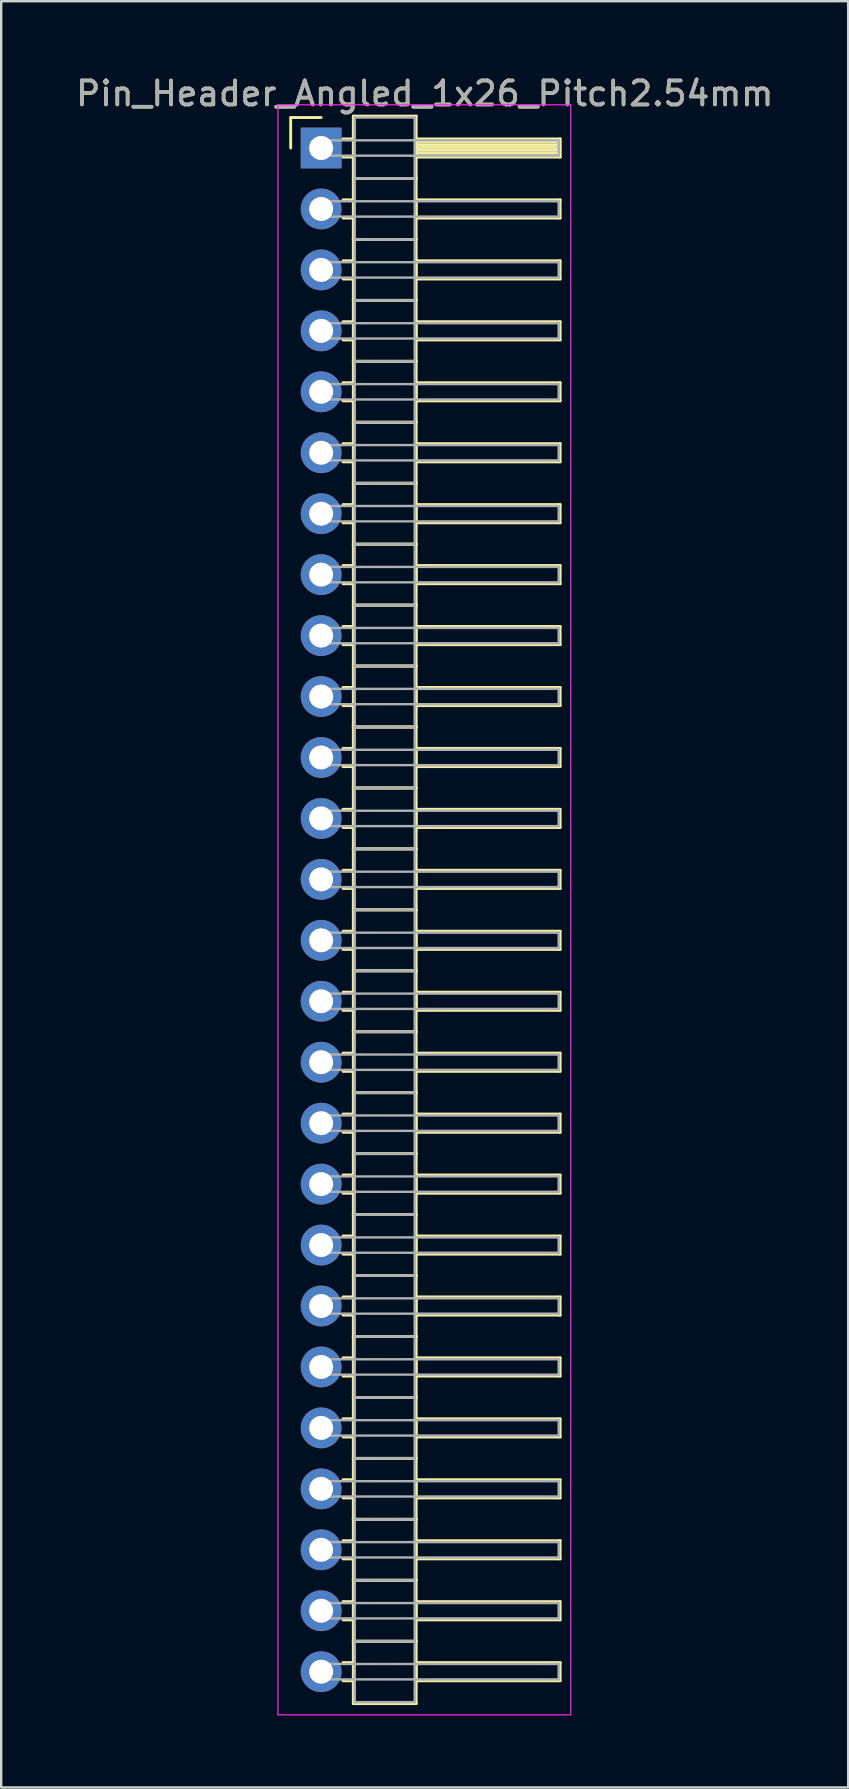
<source format=kicad_pcb>
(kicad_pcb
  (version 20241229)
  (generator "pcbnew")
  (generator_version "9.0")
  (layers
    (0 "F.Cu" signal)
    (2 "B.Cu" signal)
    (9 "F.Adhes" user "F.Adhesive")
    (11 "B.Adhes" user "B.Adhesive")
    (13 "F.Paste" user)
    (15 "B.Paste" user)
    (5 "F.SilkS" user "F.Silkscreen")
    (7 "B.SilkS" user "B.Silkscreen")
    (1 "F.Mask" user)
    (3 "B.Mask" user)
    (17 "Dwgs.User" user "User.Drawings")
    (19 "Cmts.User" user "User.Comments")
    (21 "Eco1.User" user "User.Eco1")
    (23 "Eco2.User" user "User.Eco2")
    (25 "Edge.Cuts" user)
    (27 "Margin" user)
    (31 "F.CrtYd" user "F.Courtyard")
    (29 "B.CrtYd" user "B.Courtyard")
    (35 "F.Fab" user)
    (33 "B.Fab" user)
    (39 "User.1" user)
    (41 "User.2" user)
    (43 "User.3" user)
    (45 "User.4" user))
  (footprint "Pin_Header_Angled_1x26_Pitch2.54mm"
    (layer "F.Cu")
    (at 10.334 3.118)
    (property "Reference" "Pin_Header_Angled_1x26_Pitch2.54mm" (at 4.315 -2.27 0) (layer "F.SilkS") (effects (font (size 1 1) (thickness 0.15))))
    (attr through_hole)
    (fp_line (start -1.27 -1.27) (end 0 -1.27) (stroke (width 0.12) (type solid)) (layer "F.SilkS"))
    (fp_line (start -1.27 0) (end -1.27 -1.27) (stroke (width 0.12) (type solid)) (layer "F.SilkS"))
    (fp_line (start 0.91 -0.38) (end 1.34 -0.38) (stroke (width 0.12) (type solid)) (layer "F.SilkS"))
    (fp_line (start 0.91 0.38) (end 1.34 0.38) (stroke (width 0.12) (type solid)) (layer "F.SilkS"))
    (fp_line (start 0.91 2.16) (end 1.34 2.16) (stroke (width 0.12) (type solid)) (layer "F.SilkS"))
    (fp_line (start 0.91 2.92) (end 1.34 2.92) (stroke (width 0.12) (type solid)) (layer "F.SilkS"))
    (fp_line (start 0.91 4.7) (end 1.34 4.7) (stroke (width 0.12) (type solid)) (layer "F.SilkS"))
    (fp_line (start 0.91 5.46) (end 1.34 5.46) (stroke (width 0.12) (type solid)) (layer "F.SilkS"))
    (fp_line (start 0.91 7.24) (end 1.34 7.24) (stroke (width 0.12) (type solid)) (layer "F.SilkS"))
    (fp_line (start 0.91 8) (end 1.34 8) (stroke (width 0.12) (type solid)) (layer "F.SilkS"))
    (fp_line (start 0.91 9.78) (end 1.34 9.78) (stroke (width 0.12) (type solid)) (layer "F.SilkS"))
    (fp_line (start 0.91 10.54) (end 1.34 10.54) (stroke (width 0.12) (type solid)) (layer "F.SilkS"))
    (fp_line (start 0.91 12.32) (end 1.34 12.32) (stroke (width 0.12) (type solid)) (layer "F.SilkS"))
    (fp_line (start 0.91 13.08) (end 1.34 13.08) (stroke (width 0.12) (type solid)) (layer "F.SilkS"))
    (fp_line (start 0.91 14.86) (end 1.34 14.86) (stroke (width 0.12) (type solid)) (layer "F.SilkS"))
    (fp_line (start 0.91 15.62) (end 1.34 15.62) (stroke (width 0.12) (type solid)) (layer "F.SilkS"))
    (fp_line (start 0.91 17.4) (end 1.34 17.4) (stroke (width 0.12) (type solid)) (layer "F.SilkS"))
    (fp_line (start 0.91 18.16) (end 1.34 18.16) (stroke (width 0.12) (type solid)) (layer "F.SilkS"))
    (fp_line (start 0.91 19.94) (end 1.34 19.94) (stroke (width 0.12) (type solid)) (layer "F.SilkS"))
    (fp_line (start 0.91 20.7) (end 1.34 20.7) (stroke (width 0.12) (type solid)) (layer "F.SilkS"))
    (fp_line (start 0.91 22.48) (end 1.34 22.48) (stroke (width 0.12) (type solid)) (layer "F.SilkS"))
    (fp_line (start 0.91 23.24) (end 1.34 23.24) (stroke (width 0.12) (type solid)) (layer "F.SilkS"))
    (fp_line (start 0.91 25.02) (end 1.34 25.02) (stroke (width 0.12) (type solid)) (layer "F.SilkS"))
    (fp_line (start 0.91 25.78) (end 1.34 25.78) (stroke (width 0.12) (type solid)) (layer "F.SilkS"))
    (fp_line (start 0.91 27.56) (end 1.34 27.56) (stroke (width 0.12) (type solid)) (layer "F.SilkS"))
    (fp_line (start 0.91 28.32) (end 1.34 28.32) (stroke (width 0.12) (type solid)) (layer "F.SilkS"))
    (fp_line (start 0.91 30.1) (end 1.34 30.1) (stroke (width 0.12) (type solid)) (layer "F.SilkS"))
    (fp_line (start 0.91 30.86) (end 1.34 30.86) (stroke (width 0.12) (type solid)) (layer "F.SilkS"))
    (fp_line (start 0.91 32.64) (end 1.34 32.64) (stroke (width 0.12) (type solid)) (layer "F.SilkS"))
    (fp_line (start 0.91 33.4) (end 1.34 33.4) (stroke (width 0.12) (type solid)) (layer "F.SilkS"))
    (fp_line (start 0.91 35.18) (end 1.34 35.18) (stroke (width 0.12) (type solid)) (layer "F.SilkS"))
    (fp_line (start 0.91 35.94) (end 1.34 35.94) (stroke (width 0.12) (type solid)) (layer "F.SilkS"))
    (fp_line (start 0.91 37.72) (end 1.34 37.72) (stroke (width 0.12) (type solid)) (layer "F.SilkS"))
    (fp_line (start 0.91 38.48) (end 1.34 38.48) (stroke (width 0.12) (type solid)) (layer "F.SilkS"))
    (fp_line (start 0.91 40.26) (end 1.34 40.26) (stroke (width 0.12) (type solid)) (layer "F.SilkS"))
    (fp_line (start 0.91 41.02) (end 1.34 41.02) (stroke (width 0.12) (type solid)) (layer "F.SilkS"))
    (fp_line (start 0.91 42.8) (end 1.34 42.8) (stroke (width 0.12) (type solid)) (layer "F.SilkS"))
    (fp_line (start 0.91 43.56) (end 1.34 43.56) (stroke (width 0.12) (type solid)) (layer "F.SilkS"))
    (fp_line (start 0.91 45.34) (end 1.34 45.34) (stroke (width 0.12) (type solid)) (layer "F.SilkS"))
    (fp_line (start 0.91 46.1) (end 1.34 46.1) (stroke (width 0.12) (type solid)) (layer "F.SilkS"))
    (fp_line (start 0.91 47.88) (end 1.34 47.88) (stroke (width 0.12) (type solid)) (layer "F.SilkS"))
    (fp_line (start 0.91 48.64) (end 1.34 48.64) (stroke (width 0.12) (type solid)) (layer "F.SilkS"))
    (fp_line (start 0.91 50.42) (end 1.34 50.42) (stroke (width 0.12) (type solid)) (layer "F.SilkS"))
    (fp_line (start 0.91 51.18) (end 1.34 51.18) (stroke (width 0.12) (type solid)) (layer "F.SilkS"))
    (fp_line (start 0.91 52.96) (end 1.34 52.96) (stroke (width 0.12) (type solid)) (layer "F.SilkS"))
    (fp_line (start 0.91 53.72) (end 1.34 53.72) (stroke (width 0.12) (type solid)) (layer "F.SilkS"))
    (fp_line (start 0.91 55.5) (end 1.34 55.5) (stroke (width 0.12) (type solid)) (layer "F.SilkS"))
    (fp_line (start 0.91 56.26) (end 1.34 56.26) (stroke (width 0.12) (type solid)) (layer "F.SilkS"))
    (fp_line (start 0.91 58.04) (end 1.34 58.04) (stroke (width 0.12) (type solid)) (layer "F.SilkS"))
    (fp_line (start 0.91 58.8) (end 1.34 58.8) (stroke (width 0.12) (type solid)) (layer "F.SilkS"))
    (fp_line (start 0.91 60.58) (end 1.34 60.58) (stroke (width 0.12) (type solid)) (layer "F.SilkS"))
    (fp_line (start 0.91 61.34) (end 1.34 61.34) (stroke (width 0.12) (type solid)) (layer "F.SilkS"))
    (fp_line (start 0.91 63.12) (end 1.34 63.12) (stroke (width 0.12) (type solid)) (layer "F.SilkS"))
    (fp_line (start 0.91 63.88) (end 1.34 63.88) (stroke (width 0.12) (type solid)) (layer "F.SilkS"))
    (fp_line (start 1.34 -1.33) (end 1.34 1.27) (stroke (width 0.12) (type solid)) (layer "F.SilkS"))
    (fp_line (start 1.34 1.27) (end 1.34 3.81) (stroke (width 0.12) (type solid)) (layer "F.SilkS"))
    (fp_line (start 1.34 1.27) (end 3.96 1.27) (stroke (width 0.12) (type solid)) (layer "F.SilkS"))
    (fp_line (start 1.34 3.81) (end 1.34 6.35) (stroke (width 0.12) (type solid)) (layer "F.SilkS"))
    (fp_line (start 1.34 3.81) (end 3.96 3.81) (stroke (width 0.12) (type solid)) (layer "F.SilkS"))
    (fp_line (start 1.34 6.35) (end 1.34 8.89) (stroke (width 0.12) (type solid)) (layer "F.SilkS"))
    (fp_line (start 1.34 6.35) (end 3.96 6.35) (stroke (width 0.12) (type solid)) (layer "F.SilkS"))
    (fp_line (start 1.34 8.89) (end 1.34 11.43) (stroke (width 0.12) (type solid)) (layer "F.SilkS"))
    (fp_line (start 1.34 8.89) (end 3.96 8.89) (stroke (width 0.12) (type solid)) (layer "F.SilkS"))
    (fp_line (start 1.34 11.43) (end 1.34 13.97) (stroke (width 0.12) (type solid)) (layer "F.SilkS"))
    (fp_line (start 1.34 11.43) (end 3.96 11.43) (stroke (width 0.12) (type solid)) (layer "F.SilkS"))
    (fp_line (start 1.34 13.97) (end 1.34 16.51) (stroke (width 0.12) (type solid)) (layer "F.SilkS"))
    (fp_line (start 1.34 13.97) (end 3.96 13.97) (stroke (width 0.12) (type solid)) (layer "F.SilkS"))
    (fp_line (start 1.34 16.51) (end 1.34 19.05) (stroke (width 0.12) (type solid)) (layer "F.SilkS"))
    (fp_line (start 1.34 16.51) (end 3.96 16.51) (stroke (width 0.12) (type solid)) (layer "F.SilkS"))
    (fp_line (start 1.34 19.05) (end 1.34 21.59) (stroke (width 0.12) (type solid)) (layer "F.SilkS"))
    (fp_line (start 1.34 19.05) (end 3.96 19.05) (stroke (width 0.12) (type solid)) (layer "F.SilkS"))
    (fp_line (start 1.34 21.59) (end 1.34 24.13) (stroke (width 0.12) (type solid)) (layer "F.SilkS"))
    (fp_line (start 1.34 21.59) (end 3.96 21.59) (stroke (width 0.12) (type solid)) (layer "F.SilkS"))
    (fp_line (start 1.34 24.13) (end 1.34 26.67) (stroke (width 0.12) (type solid)) (layer "F.SilkS"))
    (fp_line (start 1.34 24.13) (end 3.96 24.13) (stroke (width 0.12) (type solid)) (layer "F.SilkS"))
    (fp_line (start 1.34 26.67) (end 1.34 29.21) (stroke (width 0.12) (type solid)) (layer "F.SilkS"))
    (fp_line (start 1.34 26.67) (end 3.96 26.67) (stroke (width 0.12) (type solid)) (layer "F.SilkS"))
    (fp_line (start 1.34 29.21) (end 1.34 31.75) (stroke (width 0.12) (type solid)) (layer "F.SilkS"))
    (fp_line (start 1.34 29.21) (end 3.96 29.21) (stroke (width 0.12) (type solid)) (layer "F.SilkS"))
    (fp_line (start 1.34 31.75) (end 1.34 34.29) (stroke (width 0.12) (type solid)) (layer "F.SilkS"))
    (fp_line (start 1.34 31.75) (end 3.96 31.75) (stroke (width 0.12) (type solid)) (layer "F.SilkS"))
    (fp_line (start 1.34 34.29) (end 1.34 36.83) (stroke (width 0.12) (type solid)) (layer "F.SilkS"))
    (fp_line (start 1.34 34.29) (end 3.96 34.29) (stroke (width 0.12) (type solid)) (layer "F.SilkS"))
    (fp_line (start 1.34 36.83) (end 1.34 39.37) (stroke (width 0.12) (type solid)) (layer "F.SilkS"))
    (fp_line (start 1.34 36.83) (end 3.96 36.83) (stroke (width 0.12) (type solid)) (layer "F.SilkS"))
    (fp_line (start 1.34 39.37) (end 1.34 41.91) (stroke (width 0.12) (type solid)) (layer "F.SilkS"))
    (fp_line (start 1.34 39.37) (end 3.96 39.37) (stroke (width 0.12) (type solid)) (layer "F.SilkS"))
    (fp_line (start 1.34 41.91) (end 1.34 44.45) (stroke (width 0.12) (type solid)) (layer "F.SilkS"))
    (fp_line (start 1.34 41.91) (end 3.96 41.91) (stroke (width 0.12) (type solid)) (layer "F.SilkS"))
    (fp_line (start 1.34 44.45) (end 1.34 46.99) (stroke (width 0.12) (type solid)) (layer "F.SilkS"))
    (fp_line (start 1.34 44.45) (end 3.96 44.45) (stroke (width 0.12) (type solid)) (layer "F.SilkS"))
    (fp_line (start 1.34 46.99) (end 1.34 49.53) (stroke (width 0.12) (type solid)) (layer "F.SilkS"))
    (fp_line (start 1.34 46.99) (end 3.96 46.99) (stroke (width 0.12) (type solid)) (layer "F.SilkS"))
    (fp_line (start 1.34 49.53) (end 1.34 52.07) (stroke (width 0.12) (type solid)) (layer "F.SilkS"))
    (fp_line (start 1.34 49.53) (end 3.96 49.53) (stroke (width 0.12) (type solid)) (layer "F.SilkS"))
    (fp_line (start 1.34 52.07) (end 1.34 54.61) (stroke (width 0.12) (type solid)) (layer "F.SilkS"))
    (fp_line (start 1.34 52.07) (end 3.96 52.07) (stroke (width 0.12) (type solid)) (layer "F.SilkS"))
    (fp_line (start 1.34 54.61) (end 1.34 57.15) (stroke (width 0.12) (type solid)) (layer "F.SilkS"))
    (fp_line (start 1.34 54.61) (end 3.96 54.61) (stroke (width 0.12) (type solid)) (layer "F.SilkS"))
    (fp_line (start 1.34 57.15) (end 1.34 59.69) (stroke (width 0.12) (type solid)) (layer "F.SilkS"))
    (fp_line (start 1.34 57.15) (end 3.96 57.15) (stroke (width 0.12) (type solid)) (layer "F.SilkS"))
    (fp_line (start 1.34 59.69) (end 1.34 62.23) (stroke (width 0.12) (type solid)) (layer "F.SilkS"))
    (fp_line (start 1.34 59.69) (end 3.96 59.69) (stroke (width 0.12) (type solid)) (layer "F.SilkS"))
    (fp_line (start 1.34 62.23) (end 1.34 64.83) (stroke (width 0.12) (type solid)) (layer "F.SilkS"))
    (fp_line (start 1.34 62.23) (end 3.96 62.23) (stroke (width 0.12) (type solid)) (layer "F.SilkS"))
    (fp_line (start 1.34 64.83) (end 3.96 64.83) (stroke (width 0.12) (type solid)) (layer "F.SilkS"))
    (fp_line (start 3.96 -1.33) (end 1.34 -1.33) (stroke (width 0.12) (type solid)) (layer "F.SilkS"))
    (fp_line (start 3.96 -0.38) (end 3.96 0.38) (stroke (width 0.12) (type solid)) (layer "F.SilkS"))
    (fp_line (start 3.96 -0.26) (end 9.96 -0.26) (stroke (width 0.12) (type solid)) (layer "F.SilkS"))
    (fp_line (start 3.96 -0.14) (end 9.96 -0.14) (stroke (width 0.12) (type solid)) (layer "F.SilkS"))
    (fp_line (start 3.96 -0.02) (end 9.96 -0.02) (stroke (width 0.12) (type solid)) (layer "F.SilkS"))
    (fp_line (start 3.96 0.1) (end 9.96 0.1) (stroke (width 0.12) (type solid)) (layer "F.SilkS"))
    (fp_line (start 3.96 0.22) (end 9.96 0.22) (stroke (width 0.12) (type solid)) (layer "F.SilkS"))
    (fp_line (start 3.96 0.34) (end 9.96 0.34) (stroke (width 0.12) (type solid)) (layer "F.SilkS"))
    (fp_line (start 3.96 0.38) (end 9.96 0.38) (stroke (width 0.12) (type solid)) (layer "F.SilkS"))
    (fp_line (start 3.96 1.27) (end 1.34 1.27) (stroke (width 0.12) (type solid)) (layer "F.SilkS"))
    (fp_line (start 3.96 1.27) (end 3.96 -1.33) (stroke (width 0.12) (type solid)) (layer "F.SilkS"))
    (fp_line (start 3.96 2.16) (end 3.96 2.92) (stroke (width 0.12) (type solid)) (layer "F.SilkS"))
    (fp_line (start 3.96 2.92) (end 9.96 2.92) (stroke (width 0.12) (type solid)) (layer "F.SilkS"))
    (fp_line (start 3.96 3.81) (end 1.34 3.81) (stroke (width 0.12) (type solid)) (layer "F.SilkS"))
    (fp_line (start 3.96 3.81) (end 3.96 1.27) (stroke (width 0.12) (type solid)) (layer "F.SilkS"))
    (fp_line (start 3.96 4.7) (end 3.96 5.46) (stroke (width 0.12) (type solid)) (layer "F.SilkS"))
    (fp_line (start 3.96 5.46) (end 9.96 5.46) (stroke (width 0.12) (type solid)) (layer "F.SilkS"))
    (fp_line (start 3.96 6.35) (end 1.34 6.35) (stroke (width 0.12) (type solid)) (layer "F.SilkS"))
    (fp_line (start 3.96 6.35) (end 3.96 3.81) (stroke (width 0.12) (type solid)) (layer "F.SilkS"))
    (fp_line (start 3.96 7.24) (end 3.96 8) (stroke (width 0.12) (type solid)) (layer "F.SilkS"))
    (fp_line (start 3.96 8) (end 9.96 8) (stroke (width 0.12) (type solid)) (layer "F.SilkS"))
    (fp_line (start 3.96 8.89) (end 1.34 8.89) (stroke (width 0.12) (type solid)) (layer "F.SilkS"))
    (fp_line (start 3.96 8.89) (end 3.96 6.35) (stroke (width 0.12) (type solid)) (layer "F.SilkS"))
    (fp_line (start 3.96 9.78) (end 3.96 10.54) (stroke (width 0.12) (type solid)) (layer "F.SilkS"))
    (fp_line (start 3.96 10.54) (end 9.96 10.54) (stroke (width 0.12) (type solid)) (layer "F.SilkS"))
    (fp_line (start 3.96 11.43) (end 1.34 11.43) (stroke (width 0.12) (type solid)) (layer "F.SilkS"))
    (fp_line (start 3.96 11.43) (end 3.96 8.89) (stroke (width 0.12) (type solid)) (layer "F.SilkS"))
    (fp_line (start 3.96 12.32) (end 3.96 13.08) (stroke (width 0.12) (type solid)) (layer "F.SilkS"))
    (fp_line (start 3.96 13.08) (end 9.96 13.08) (stroke (width 0.12) (type solid)) (layer "F.SilkS"))
    (fp_line (start 3.96 13.97) (end 1.34 13.97) (stroke (width 0.12) (type solid)) (layer "F.SilkS"))
    (fp_line (start 3.96 13.97) (end 3.96 11.43) (stroke (width 0.12) (type solid)) (layer "F.SilkS"))
    (fp_line (start 3.96 14.86) (end 3.96 15.62) (stroke (width 0.12) (type solid)) (layer "F.SilkS"))
    (fp_line (start 3.96 15.62) (end 9.96 15.62) (stroke (width 0.12) (type solid)) (layer "F.SilkS"))
    (fp_line (start 3.96 16.51) (end 1.34 16.51) (stroke (width 0.12) (type solid)) (layer "F.SilkS"))
    (fp_line (start 3.96 16.51) (end 3.96 13.97) (stroke (width 0.12) (type solid)) (layer "F.SilkS"))
    (fp_line (start 3.96 17.4) (end 3.96 18.16) (stroke (width 0.12) (type solid)) (layer "F.SilkS"))
    (fp_line (start 3.96 18.16) (end 9.96 18.16) (stroke (width 0.12) (type solid)) (layer "F.SilkS"))
    (fp_line (start 3.96 19.05) (end 1.34 19.05) (stroke (width 0.12) (type solid)) (layer "F.SilkS"))
    (fp_line (start 3.96 19.05) (end 3.96 16.51) (stroke (width 0.12) (type solid)) (layer "F.SilkS"))
    (fp_line (start 3.96 19.94) (end 3.96 20.7) (stroke (width 0.12) (type solid)) (layer "F.SilkS"))
    (fp_line (start 3.96 20.7) (end 9.96 20.7) (stroke (width 0.12) (type solid)) (layer "F.SilkS"))
    (fp_line (start 3.96 21.59) (end 1.34 21.59) (stroke (width 0.12) (type solid)) (layer "F.SilkS"))
    (fp_line (start 3.96 21.59) (end 3.96 19.05) (stroke (width 0.12) (type solid)) (layer "F.SilkS"))
    (fp_line (start 3.96 22.48) (end 3.96 23.24) (stroke (width 0.12) (type solid)) (layer "F.SilkS"))
    (fp_line (start 3.96 23.24) (end 9.96 23.24) (stroke (width 0.12) (type solid)) (layer "F.SilkS"))
    (fp_line (start 3.96 24.13) (end 1.34 24.13) (stroke (width 0.12) (type solid)) (layer "F.SilkS"))
    (fp_line (start 3.96 24.13) (end 3.96 21.59) (stroke (width 0.12) (type solid)) (layer "F.SilkS"))
    (fp_line (start 3.96 25.02) (end 3.96 25.78) (stroke (width 0.12) (type solid)) (layer "F.SilkS"))
    (fp_line (start 3.96 25.78) (end 9.96 25.78) (stroke (width 0.12) (type solid)) (layer "F.SilkS"))
    (fp_line (start 3.96 26.67) (end 1.34 26.67) (stroke (width 0.12) (type solid)) (layer "F.SilkS"))
    (fp_line (start 3.96 26.67) (end 3.96 24.13) (stroke (width 0.12) (type solid)) (layer "F.SilkS"))
    (fp_line (start 3.96 27.56) (end 3.96 28.32) (stroke (width 0.12) (type solid)) (layer "F.SilkS"))
    (fp_line (start 3.96 28.32) (end 9.96 28.32) (stroke (width 0.12) (type solid)) (layer "F.SilkS"))
    (fp_line (start 3.96 29.21) (end 1.34 29.21) (stroke (width 0.12) (type solid)) (layer "F.SilkS"))
    (fp_line (start 3.96 29.21) (end 3.96 26.67) (stroke (width 0.12) (type solid)) (layer "F.SilkS"))
    (fp_line (start 3.96 30.1) (end 3.96 30.86) (stroke (width 0.12) (type solid)) (layer "F.SilkS"))
    (fp_line (start 3.96 30.86) (end 9.96 30.86) (stroke (width 0.12) (type solid)) (layer "F.SilkS"))
    (fp_line (start 3.96 31.75) (end 1.34 31.75) (stroke (width 0.12) (type solid)) (layer "F.SilkS"))
    (fp_line (start 3.96 31.75) (end 3.96 29.21) (stroke (width 0.12) (type solid)) (layer "F.SilkS"))
    (fp_line (start 3.96 32.64) (end 3.96 33.4) (stroke (width 0.12) (type solid)) (layer "F.SilkS"))
    (fp_line (start 3.96 33.4) (end 9.96 33.4) (stroke (width 0.12) (type solid)) (layer "F.SilkS"))
    (fp_line (start 3.96 34.29) (end 1.34 34.29) (stroke (width 0.12) (type solid)) (layer "F.SilkS"))
    (fp_line (start 3.96 34.29) (end 3.96 31.75) (stroke (width 0.12) (type solid)) (layer "F.SilkS"))
    (fp_line (start 3.96 35.18) (end 3.96 35.94) (stroke (width 0.12) (type solid)) (layer "F.SilkS"))
    (fp_line (start 3.96 35.94) (end 9.96 35.94) (stroke (width 0.12) (type solid)) (layer "F.SilkS"))
    (fp_line (start 3.96 36.83) (end 1.34 36.83) (stroke (width 0.12) (type solid)) (layer "F.SilkS"))
    (fp_line (start 3.96 36.83) (end 3.96 34.29) (stroke (width 0.12) (type solid)) (layer "F.SilkS"))
    (fp_line (start 3.96 37.72) (end 3.96 38.48) (stroke (width 0.12) (type solid)) (layer "F.SilkS"))
    (fp_line (start 3.96 38.48) (end 9.96 38.48) (stroke (width 0.12) (type solid)) (layer "F.SilkS"))
    (fp_line (start 3.96 39.37) (end 1.34 39.37) (stroke (width 0.12) (type solid)) (layer "F.SilkS"))
    (fp_line (start 3.96 39.37) (end 3.96 36.83) (stroke (width 0.12) (type solid)) (layer "F.SilkS"))
    (fp_line (start 3.96 40.26) (end 3.96 41.02) (stroke (width 0.12) (type solid)) (layer "F.SilkS"))
    (fp_line (start 3.96 41.02) (end 9.96 41.02) (stroke (width 0.12) (type solid)) (layer "F.SilkS"))
    (fp_line (start 3.96 41.91) (end 1.34 41.91) (stroke (width 0.12) (type solid)) (layer "F.SilkS"))
    (fp_line (start 3.96 41.91) (end 3.96 39.37) (stroke (width 0.12) (type solid)) (layer "F.SilkS"))
    (fp_line (start 3.96 42.8) (end 3.96 43.56) (stroke (width 0.12) (type solid)) (layer "F.SilkS"))
    (fp_line (start 3.96 43.56) (end 9.96 43.56) (stroke (width 0.12) (type solid)) (layer "F.SilkS"))
    (fp_line (start 3.96 44.45) (end 1.34 44.45) (stroke (width 0.12) (type solid)) (layer "F.SilkS"))
    (fp_line (start 3.96 44.45) (end 3.96 41.91) (stroke (width 0.12) (type solid)) (layer "F.SilkS"))
    (fp_line (start 3.96 45.34) (end 3.96 46.1) (stroke (width 0.12) (type solid)) (layer "F.SilkS"))
    (fp_line (start 3.96 46.1) (end 9.96 46.1) (stroke (width 0.12) (type solid)) (layer "F.SilkS"))
    (fp_line (start 3.96 46.99) (end 1.34 46.99) (stroke (width 0.12) (type solid)) (layer "F.SilkS"))
    (fp_line (start 3.96 46.99) (end 3.96 44.45) (stroke (width 0.12) (type solid)) (layer "F.SilkS"))
    (fp_line (start 3.96 47.88) (end 3.96 48.64) (stroke (width 0.12) (type solid)) (layer "F.SilkS"))
    (fp_line (start 3.96 48.64) (end 9.96 48.64) (stroke (width 0.12) (type solid)) (layer "F.SilkS"))
    (fp_line (start 3.96 49.53) (end 1.34 49.53) (stroke (width 0.12) (type solid)) (layer "F.SilkS"))
    (fp_line (start 3.96 49.53) (end 3.96 46.99) (stroke (width 0.12) (type solid)) (layer "F.SilkS"))
    (fp_line (start 3.96 50.42) (end 3.96 51.18) (stroke (width 0.12) (type solid)) (layer "F.SilkS"))
    (fp_line (start 3.96 51.18) (end 9.96 51.18) (stroke (width 0.12) (type solid)) (layer "F.SilkS"))
    (fp_line (start 3.96 52.07) (end 1.34 52.07) (stroke (width 0.12) (type solid)) (layer "F.SilkS"))
    (fp_line (start 3.96 52.07) (end 3.96 49.53) (stroke (width 0.12) (type solid)) (layer "F.SilkS"))
    (fp_line (start 3.96 52.96) (end 3.96 53.72) (stroke (width 0.12) (type solid)) (layer "F.SilkS"))
    (fp_line (start 3.96 53.72) (end 9.96 53.72) (stroke (width 0.12) (type solid)) (layer "F.SilkS"))
    (fp_line (start 3.96 54.61) (end 1.34 54.61) (stroke (width 0.12) (type solid)) (layer "F.SilkS"))
    (fp_line (start 3.96 54.61) (end 3.96 52.07) (stroke (width 0.12) (type solid)) (layer "F.SilkS"))
    (fp_line (start 3.96 55.5) (end 3.96 56.26) (stroke (width 0.12) (type solid)) (layer "F.SilkS"))
    (fp_line (start 3.96 56.26) (end 9.96 56.26) (stroke (width 0.12) (type solid)) (layer "F.SilkS"))
    (fp_line (start 3.96 57.15) (end 1.34 57.15) (stroke (width 0.12) (type solid)) (layer "F.SilkS"))
    (fp_line (start 3.96 57.15) (end 3.96 54.61) (stroke (width 0.12) (type solid)) (layer "F.SilkS"))
    (fp_line (start 3.96 58.04) (end 3.96 58.8) (stroke (width 0.12) (type solid)) (layer "F.SilkS"))
    (fp_line (start 3.96 58.8) (end 9.96 58.8) (stroke (width 0.12) (type solid)) (layer "F.SilkS"))
    (fp_line (start 3.96 59.69) (end 1.34 59.69) (stroke (width 0.12) (type solid)) (layer "F.SilkS"))
    (fp_line (start 3.96 59.69) (end 3.96 57.15) (stroke (width 0.12) (type solid)) (layer "F.SilkS"))
    (fp_line (start 3.96 60.58) (end 3.96 61.34) (stroke (width 0.12) (type solid)) (layer "F.SilkS"))
    (fp_line (start 3.96 61.34) (end 9.96 61.34) (stroke (width 0.12) (type solid)) (layer "F.SilkS"))
    (fp_line (start 3.96 62.23) (end 1.34 62.23) (stroke (width 0.12) (type solid)) (layer "F.SilkS"))
    (fp_line (start 3.96 62.23) (end 3.96 59.69) (stroke (width 0.12) (type solid)) (layer "F.SilkS"))
    (fp_line (start 3.96 63.12) (end 3.96 63.88) (stroke (width 0.12) (type solid)) (layer "F.SilkS"))
    (fp_line (start 3.96 63.88) (end 9.96 63.88) (stroke (width 0.12) (type solid)) (layer "F.SilkS"))
    (fp_line (start 3.96 64.83) (end 3.96 62.23) (stroke (width 0.12) (type solid)) (layer "F.SilkS"))
    (fp_line (start 9.96 -0.38) (end 3.96 -0.38) (stroke (width 0.12) (type solid)) (layer "F.SilkS"))
    (fp_line (start 9.96 0.38) (end 9.96 -0.38) (stroke (width 0.12) (type solid)) (layer "F.SilkS"))
    (fp_line (start 9.96 2.16) (end 3.96 2.16) (stroke (width 0.12) (type solid)) (layer "F.SilkS"))
    (fp_line (start 9.96 2.92) (end 9.96 2.16) (stroke (width 0.12) (type solid)) (layer "F.SilkS"))
    (fp_line (start 9.96 4.7) (end 3.96 4.7) (stroke (width 0.12) (type solid)) (layer "F.SilkS"))
    (fp_line (start 9.96 5.46) (end 9.96 4.7) (stroke (width 0.12) (type solid)) (layer "F.SilkS"))
    (fp_line (start 9.96 7.24) (end 3.96 7.24) (stroke (width 0.12) (type solid)) (layer "F.SilkS"))
    (fp_line (start 9.96 8) (end 9.96 7.24) (stroke (width 0.12) (type solid)) (layer "F.SilkS"))
    (fp_line (start 9.96 9.78) (end 3.96 9.78) (stroke (width 0.12) (type solid)) (layer "F.SilkS"))
    (fp_line (start 9.96 10.54) (end 9.96 9.78) (stroke (width 0.12) (type solid)) (layer "F.SilkS"))
    (fp_line (start 9.96 12.32) (end 3.96 12.32) (stroke (width 0.12) (type solid)) (layer "F.SilkS"))
    (fp_line (start 9.96 13.08) (end 9.96 12.32) (stroke (width 0.12) (type solid)) (layer "F.SilkS"))
    (fp_line (start 9.96 14.86) (end 3.96 14.86) (stroke (width 0.12) (type solid)) (layer "F.SilkS"))
    (fp_line (start 9.96 15.62) (end 9.96 14.86) (stroke (width 0.12) (type solid)) (layer "F.SilkS"))
    (fp_line (start 9.96 17.4) (end 3.96 17.4) (stroke (width 0.12) (type solid)) (layer "F.SilkS"))
    (fp_line (start 9.96 18.16) (end 9.96 17.4) (stroke (width 0.12) (type solid)) (layer "F.SilkS"))
    (fp_line (start 9.96 19.94) (end 3.96 19.94) (stroke (width 0.12) (type solid)) (layer "F.SilkS"))
    (fp_line (start 9.96 20.7) (end 9.96 19.94) (stroke (width 0.12) (type solid)) (layer "F.SilkS"))
    (fp_line (start 9.96 22.48) (end 3.96 22.48) (stroke (width 0.12) (type solid)) (layer "F.SilkS"))
    (fp_line (start 9.96 23.24) (end 9.96 22.48) (stroke (width 0.12) (type solid)) (layer "F.SilkS"))
    (fp_line (start 9.96 25.02) (end 3.96 25.02) (stroke (width 0.12) (type solid)) (layer "F.SilkS"))
    (fp_line (start 9.96 25.78) (end 9.96 25.02) (stroke (width 0.12) (type solid)) (layer "F.SilkS"))
    (fp_line (start 9.96 27.56) (end 3.96 27.56) (stroke (width 0.12) (type solid)) (layer "F.SilkS"))
    (fp_line (start 9.96 28.32) (end 9.96 27.56) (stroke (width 0.12) (type solid)) (layer "F.SilkS"))
    (fp_line (start 9.96 30.1) (end 3.96 30.1) (stroke (width 0.12) (type solid)) (layer "F.SilkS"))
    (fp_line (start 9.96 30.86) (end 9.96 30.1) (stroke (width 0.12) (type solid)) (layer "F.SilkS"))
    (fp_line (start 9.96 32.64) (end 3.96 32.64) (stroke (width 0.12) (type solid)) (layer "F.SilkS"))
    (fp_line (start 9.96 33.4) (end 9.96 32.64) (stroke (width 0.12) (type solid)) (layer "F.SilkS"))
    (fp_line (start 9.96 35.18) (end 3.96 35.18) (stroke (width 0.12) (type solid)) (layer "F.SilkS"))
    (fp_line (start 9.96 35.94) (end 9.96 35.18) (stroke (width 0.12) (type solid)) (layer "F.SilkS"))
    (fp_line (start 9.96 37.72) (end 3.96 37.72) (stroke (width 0.12) (type solid)) (layer "F.SilkS"))
    (fp_line (start 9.96 38.48) (end 9.96 37.72) (stroke (width 0.12) (type solid)) (layer "F.SilkS"))
    (fp_line (start 9.96 40.26) (end 3.96 40.26) (stroke (width 0.12) (type solid)) (layer "F.SilkS"))
    (fp_line (start 9.96 41.02) (end 9.96 40.26) (stroke (width 0.12) (type solid)) (layer "F.SilkS"))
    (fp_line (start 9.96 42.8) (end 3.96 42.8) (stroke (width 0.12) (type solid)) (layer "F.SilkS"))
    (fp_line (start 9.96 43.56) (end 9.96 42.8) (stroke (width 0.12) (type solid)) (layer "F.SilkS"))
    (fp_line (start 9.96 45.34) (end 3.96 45.34) (stroke (width 0.12) (type solid)) (layer "F.SilkS"))
    (fp_line (start 9.96 46.1) (end 9.96 45.34) (stroke (width 0.12) (type solid)) (layer "F.SilkS"))
    (fp_line (start 9.96 47.88) (end 3.96 47.88) (stroke (width 0.12) (type solid)) (layer "F.SilkS"))
    (fp_line (start 9.96 48.64) (end 9.96 47.88) (stroke (width 0.12) (type solid)) (layer "F.SilkS"))
    (fp_line (start 9.96 50.42) (end 3.96 50.42) (stroke (width 0.12) (type solid)) (layer "F.SilkS"))
    (fp_line (start 9.96 51.18) (end 9.96 50.42) (stroke (width 0.12) (type solid)) (layer "F.SilkS"))
    (fp_line (start 9.96 52.96) (end 3.96 52.96) (stroke (width 0.12) (type solid)) (layer "F.SilkS"))
    (fp_line (start 9.96 53.72) (end 9.96 52.96) (stroke (width 0.12) (type solid)) (layer "F.SilkS"))
    (fp_line (start 9.96 55.5) (end 3.96 55.5) (stroke (width 0.12) (type solid)) (layer "F.SilkS"))
    (fp_line (start 9.96 56.26) (end 9.96 55.5) (stroke (width 0.12) (type solid)) (layer "F.SilkS"))
    (fp_line (start 9.96 58.04) (end 3.96 58.04) (stroke (width 0.12) (type solid)) (layer "F.SilkS"))
    (fp_line (start 9.96 58.8) (end 9.96 58.04) (stroke (width 0.12) (type solid)) (layer "F.SilkS"))
    (fp_line (start 9.96 60.58) (end 3.96 60.58) (stroke (width 0.12) (type solid)) (layer "F.SilkS"))
    (fp_line (start 9.96 61.34) (end 9.96 60.58) (stroke (width 0.12) (type solid)) (layer "F.SilkS"))
    (fp_line (start 9.96 63.12) (end 3.96 63.12) (stroke (width 0.12) (type solid)) (layer "F.SilkS"))
    (fp_line (start 9.96 63.88) (end 9.96 63.12) (stroke (width 0.12) (type solid)) (layer "F.SilkS"))
    (fp_line (start -1.8 -1.8) (end -1.8 65.3) (stroke (width 0.05) (type solid)) (layer "F.CrtYd"))
    (fp_line (start -1.8 65.3) (end 10.4 65.3) (stroke (width 0.05) (type solid)) (layer "F.CrtYd"))
    (fp_line (start 10.4 -1.8) (end -1.8 -1.8) (stroke (width 0.05) (type solid)) (layer "F.CrtYd"))
    (fp_line (start 10.4 65.3) (end 10.4 -1.8) (stroke (width 0.05) (type solid)) (layer "F.CrtYd"))
    (fp_line (start 0 -0.32) (end 0 0.32) (stroke (width 0.1) (type solid)) (layer "F.Fab"))
    (fp_line (start 0 0.32) (end 9.9 0.32) (stroke (width 0.1) (type solid)) (layer "F.Fab"))
    (fp_line (start 0 2.22) (end 0 2.86) (stroke (width 0.1) (type solid)) (layer "F.Fab"))
    (fp_line (start 0 2.86) (end 9.9 2.86) (stroke (width 0.1) (type solid)) (layer "F.Fab"))
    (fp_line (start 0 4.76) (end 0 5.4) (stroke (width 0.1) (type solid)) (layer "F.Fab"))
    (fp_line (start 0 5.4) (end 9.9 5.4) (stroke (width 0.1) (type solid)) (layer "F.Fab"))
    (fp_line (start 0 7.3) (end 0 7.94) (stroke (width 0.1) (type solid)) (layer "F.Fab"))
    (fp_line (start 0 7.94) (end 9.9 7.94) (stroke (width 0.1) (type solid)) (layer "F.Fab"))
    (fp_line (start 0 9.84) (end 0 10.48) (stroke (width 0.1) (type solid)) (layer "F.Fab"))
    (fp_line (start 0 10.48) (end 9.9 10.48) (stroke (width 0.1) (type solid)) (layer "F.Fab"))
    (fp_line (start 0 12.38) (end 0 13.02) (stroke (width 0.1) (type solid)) (layer "F.Fab"))
    (fp_line (start 0 13.02) (end 9.9 13.02) (stroke (width 0.1) (type solid)) (layer "F.Fab"))
    (fp_line (start 0 14.92) (end 0 15.56) (stroke (width 0.1) (type solid)) (layer "F.Fab"))
    (fp_line (start 0 15.56) (end 9.9 15.56) (stroke (width 0.1) (type solid)) (layer "F.Fab"))
    (fp_line (start 0 17.46) (end 0 18.1) (stroke (width 0.1) (type solid)) (layer "F.Fab"))
    (fp_line (start 0 18.1) (end 9.9 18.1) (stroke (width 0.1) (type solid)) (layer "F.Fab"))
    (fp_line (start 0 20) (end 0 20.64) (stroke (width 0.1) (type solid)) (layer "F.Fab"))
    (fp_line (start 0 20.64) (end 9.9 20.64) (stroke (width 0.1) (type solid)) (layer "F.Fab"))
    (fp_line (start 0 22.54) (end 0 23.18) (stroke (width 0.1) (type solid)) (layer "F.Fab"))
    (fp_line (start 0 23.18) (end 9.9 23.18) (stroke (width 0.1) (type solid)) (layer "F.Fab"))
    (fp_line (start 0 25.08) (end 0 25.72) (stroke (width 0.1) (type solid)) (layer "F.Fab"))
    (fp_line (start 0 25.72) (end 9.9 25.72) (stroke (width 0.1) (type solid)) (layer "F.Fab"))
    (fp_line (start 0 27.62) (end 0 28.26) (stroke (width 0.1) (type solid)) (layer "F.Fab"))
    (fp_line (start 0 28.26) (end 9.9 28.26) (stroke (width 0.1) (type solid)) (layer "F.Fab"))
    (fp_line (start 0 30.16) (end 0 30.8) (stroke (width 0.1) (type solid)) (layer "F.Fab"))
    (fp_line (start 0 30.8) (end 9.9 30.8) (stroke (width 0.1) (type solid)) (layer "F.Fab"))
    (fp_line (start 0 32.7) (end 0 33.34) (stroke (width 0.1) (type solid)) (layer "F.Fab"))
    (fp_line (start 0 33.34) (end 9.9 33.34) (stroke (width 0.1) (type solid)) (layer "F.Fab"))
    (fp_line (start 0 35.24) (end 0 35.88) (stroke (width 0.1) (type solid)) (layer "F.Fab"))
    (fp_line (start 0 35.88) (end 9.9 35.88) (stroke (width 0.1) (type solid)) (layer "F.Fab"))
    (fp_line (start 0 37.78) (end 0 38.42) (stroke (width 0.1) (type solid)) (layer "F.Fab"))
    (fp_line (start 0 38.42) (end 9.9 38.42) (stroke (width 0.1) (type solid)) (layer "F.Fab"))
    (fp_line (start 0 40.32) (end 0 40.96) (stroke (width 0.1) (type solid)) (layer "F.Fab"))
    (fp_line (start 0 40.96) (end 9.9 40.96) (stroke (width 0.1) (type solid)) (layer "F.Fab"))
    (fp_line (start 0 42.86) (end 0 43.5) (stroke (width 0.1) (type solid)) (layer "F.Fab"))
    (fp_line (start 0 43.5) (end 9.9 43.5) (stroke (width 0.1) (type solid)) (layer "F.Fab"))
    (fp_line (start 0 45.4) (end 0 46.04) (stroke (width 0.1) (type solid)) (layer "F.Fab"))
    (fp_line (start 0 46.04) (end 9.9 46.04) (stroke (width 0.1) (type solid)) (layer "F.Fab"))
    (fp_line (start 0 47.94) (end 0 48.58) (stroke (width 0.1) (type solid)) (layer "F.Fab"))
    (fp_line (start 0 48.58) (end 9.9 48.58) (stroke (width 0.1) (type solid)) (layer "F.Fab"))
    (fp_line (start 0 50.48) (end 0 51.12) (stroke (width 0.1) (type solid)) (layer "F.Fab"))
    (fp_line (start 0 51.12) (end 9.9 51.12) (stroke (width 0.1) (type solid)) (layer "F.Fab"))
    (fp_line (start 0 53.02) (end 0 53.66) (stroke (width 0.1) (type solid)) (layer "F.Fab"))
    (fp_line (start 0 53.66) (end 9.9 53.66) (stroke (width 0.1) (type solid)) (layer "F.Fab"))
    (fp_line (start 0 55.56) (end 0 56.2) (stroke (width 0.1) (type solid)) (layer "F.Fab"))
    (fp_line (start 0 56.2) (end 9.9 56.2) (stroke (width 0.1) (type solid)) (layer "F.Fab"))
    (fp_line (start 0 58.1) (end 0 58.74) (stroke (width 0.1) (type solid)) (layer "F.Fab"))
    (fp_line (start 0 58.74) (end 9.9 58.74) (stroke (width 0.1) (type solid)) (layer "F.Fab"))
    (fp_line (start 0 60.64) (end 0 61.28) (stroke (width 0.1) (type solid)) (layer "F.Fab"))
    (fp_line (start 0 61.28) (end 9.9 61.28) (stroke (width 0.1) (type solid)) (layer "F.Fab"))
    (fp_line (start 0 63.18) (end 0 63.82) (stroke (width 0.1) (type solid)) (layer "F.Fab"))
    (fp_line (start 0 63.82) (end 9.9 63.82) (stroke (width 0.1) (type solid)) (layer "F.Fab"))
    (fp_line (start 1.4 -1.27) (end 1.4 1.27) (stroke (width 0.1) (type solid)) (layer "F.Fab"))
    (fp_line (start 1.4 1.27) (end 1.4 3.81) (stroke (width 0.1) (type solid)) (layer "F.Fab"))
    (fp_line (start 1.4 1.27) (end 3.9 1.27) (stroke (width 0.1) (type solid)) (layer "F.Fab"))
    (fp_line (start 1.4 3.81) (end 1.4 6.35) (stroke (width 0.1) (type solid)) (layer "F.Fab"))
    (fp_line (start 1.4 3.81) (end 3.9 3.81) (stroke (width 0.1) (type solid)) (layer "F.Fab"))
    (fp_line (start 1.4 6.35) (end 1.4 8.89) (stroke (width 0.1) (type solid)) (layer "F.Fab"))
    (fp_line (start 1.4 6.35) (end 3.9 6.35) (stroke (width 0.1) (type solid)) (layer "F.Fab"))
    (fp_line (start 1.4 8.89) (end 1.4 11.43) (stroke (width 0.1) (type solid)) (layer "F.Fab"))
    (fp_line (start 1.4 8.89) (end 3.9 8.89) (stroke (width 0.1) (type solid)) (layer "F.Fab"))
    (fp_line (start 1.4 11.43) (end 1.4 13.97) (stroke (width 0.1) (type solid)) (layer "F.Fab"))
    (fp_line (start 1.4 11.43) (end 3.9 11.43) (stroke (width 0.1) (type solid)) (layer "F.Fab"))
    (fp_line (start 1.4 13.97) (end 1.4 16.51) (stroke (width 0.1) (type solid)) (layer "F.Fab"))
    (fp_line (start 1.4 13.97) (end 3.9 13.97) (stroke (width 0.1) (type solid)) (layer "F.Fab"))
    (fp_line (start 1.4 16.51) (end 1.4 19.05) (stroke (width 0.1) (type solid)) (layer "F.Fab"))
    (fp_line (start 1.4 16.51) (end 3.9 16.51) (stroke (width 0.1) (type solid)) (layer "F.Fab"))
    (fp_line (start 1.4 19.05) (end 1.4 21.59) (stroke (width 0.1) (type solid)) (layer "F.Fab"))
    (fp_line (start 1.4 19.05) (end 3.9 19.05) (stroke (width 0.1) (type solid)) (layer "F.Fab"))
    (fp_line (start 1.4 21.59) (end 1.4 24.13) (stroke (width 0.1) (type solid)) (layer "F.Fab"))
    (fp_line (start 1.4 21.59) (end 3.9 21.59) (stroke (width 0.1) (type solid)) (layer "F.Fab"))
    (fp_line (start 1.4 24.13) (end 1.4 26.67) (stroke (width 0.1) (type solid)) (layer "F.Fab"))
    (fp_line (start 1.4 24.13) (end 3.9 24.13) (stroke (width 0.1) (type solid)) (layer "F.Fab"))
    (fp_line (start 1.4 26.67) (end 1.4 29.21) (stroke (width 0.1) (type solid)) (layer "F.Fab"))
    (fp_line (start 1.4 26.67) (end 3.9 26.67) (stroke (width 0.1) (type solid)) (layer "F.Fab"))
    (fp_line (start 1.4 29.21) (end 1.4 31.75) (stroke (width 0.1) (type solid)) (layer "F.Fab"))
    (fp_line (start 1.4 29.21) (end 3.9 29.21) (stroke (width 0.1) (type solid)) (layer "F.Fab"))
    (fp_line (start 1.4 31.75) (end 1.4 34.29) (stroke (width 0.1) (type solid)) (layer "F.Fab"))
    (fp_line (start 1.4 31.75) (end 3.9 31.75) (stroke (width 0.1) (type solid)) (layer "F.Fab"))
    (fp_line (start 1.4 34.29) (end 1.4 36.83) (stroke (width 0.1) (type solid)) (layer "F.Fab"))
    (fp_line (start 1.4 34.29) (end 3.9 34.29) (stroke (width 0.1) (type solid)) (layer "F.Fab"))
    (fp_line (start 1.4 36.83) (end 1.4 39.37) (stroke (width 0.1) (type solid)) (layer "F.Fab"))
    (fp_line (start 1.4 36.83) (end 3.9 36.83) (stroke (width 0.1) (type solid)) (layer "F.Fab"))
    (fp_line (start 1.4 39.37) (end 1.4 41.91) (stroke (width 0.1) (type solid)) (layer "F.Fab"))
    (fp_line (start 1.4 39.37) (end 3.9 39.37) (stroke (width 0.1) (type solid)) (layer "F.Fab"))
    (fp_line (start 1.4 41.91) (end 1.4 44.45) (stroke (width 0.1) (type solid)) (layer "F.Fab"))
    (fp_line (start 1.4 41.91) (end 3.9 41.91) (stroke (width 0.1) (type solid)) (layer "F.Fab"))
    (fp_line (start 1.4 44.45) (end 1.4 46.99) (stroke (width 0.1) (type solid)) (layer "F.Fab"))
    (fp_line (start 1.4 44.45) (end 3.9 44.45) (stroke (width 0.1) (type solid)) (layer "F.Fab"))
    (fp_line (start 1.4 46.99) (end 1.4 49.53) (stroke (width 0.1) (type solid)) (layer "F.Fab"))
    (fp_line (start 1.4 46.99) (end 3.9 46.99) (stroke (width 0.1) (type solid)) (layer "F.Fab"))
    (fp_line (start 1.4 49.53) (end 1.4 52.07) (stroke (width 0.1) (type solid)) (layer "F.Fab"))
    (fp_line (start 1.4 49.53) (end 3.9 49.53) (stroke (width 0.1) (type solid)) (layer "F.Fab"))
    (fp_line (start 1.4 52.07) (end 1.4 54.61) (stroke (width 0.1) (type solid)) (layer "F.Fab"))
    (fp_line (start 1.4 52.07) (end 3.9 52.07) (stroke (width 0.1) (type solid)) (layer "F.Fab"))
    (fp_line (start 1.4 54.61) (end 1.4 57.15) (stroke (width 0.1) (type solid)) (layer "F.Fab"))
    (fp_line (start 1.4 54.61) (end 3.9 54.61) (stroke (width 0.1) (type solid)) (layer "F.Fab"))
    (fp_line (start 1.4 57.15) (end 1.4 59.69) (stroke (width 0.1) (type solid)) (layer "F.Fab"))
    (fp_line (start 1.4 57.15) (end 3.9 57.15) (stroke (width 0.1) (type solid)) (layer "F.Fab"))
    (fp_line (start 1.4 59.69) (end 1.4 62.23) (stroke (width 0.1) (type solid)) (layer "F.Fab"))
    (fp_line (start 1.4 59.69) (end 3.9 59.69) (stroke (width 0.1) (type solid)) (layer "F.Fab"))
    (fp_line (start 1.4 62.23) (end 1.4 64.77) (stroke (width 0.1) (type solid)) (layer "F.Fab"))
    (fp_line (start 1.4 62.23) (end 3.9 62.23) (stroke (width 0.1) (type solid)) (layer "F.Fab"))
    (fp_line (start 1.4 64.77) (end 3.9 64.77) (stroke (width 0.1) (type solid)) (layer "F.Fab"))
    (fp_line (start 3.9 -1.27) (end 1.4 -1.27) (stroke (width 0.1) (type solid)) (layer "F.Fab"))
    (fp_line (start 3.9 1.27) (end 1.4 1.27) (stroke (width 0.1) (type solid)) (layer "F.Fab"))
    (fp_line (start 3.9 1.27) (end 3.9 -1.27) (stroke (width 0.1) (type solid)) (layer "F.Fab"))
    (fp_line (start 3.9 3.81) (end 1.4 3.81) (stroke (width 0.1) (type solid)) (layer "F.Fab"))
    (fp_line (start 3.9 3.81) (end 3.9 1.27) (stroke (width 0.1) (type solid)) (layer "F.Fab"))
    (fp_line (start 3.9 6.35) (end 1.4 6.35) (stroke (width 0.1) (type solid)) (layer "F.Fab"))
    (fp_line (start 3.9 6.35) (end 3.9 3.81) (stroke (width 0.1) (type solid)) (layer "F.Fab"))
    (fp_line (start 3.9 8.89) (end 1.4 8.89) (stroke (width 0.1) (type solid)) (layer "F.Fab"))
    (fp_line (start 3.9 8.89) (end 3.9 6.35) (stroke (width 0.1) (type solid)) (layer "F.Fab"))
    (fp_line (start 3.9 11.43) (end 1.4 11.43) (stroke (width 0.1) (type solid)) (layer "F.Fab"))
    (fp_line (start 3.9 11.43) (end 3.9 8.89) (stroke (width 0.1) (type solid)) (layer "F.Fab"))
    (fp_line (start 3.9 13.97) (end 1.4 13.97) (stroke (width 0.1) (type solid)) (layer "F.Fab"))
    (fp_line (start 3.9 13.97) (end 3.9 11.43) (stroke (width 0.1) (type solid)) (layer "F.Fab"))
    (fp_line (start 3.9 16.51) (end 1.4 16.51) (stroke (width 0.1) (type solid)) (layer "F.Fab"))
    (fp_line (start 3.9 16.51) (end 3.9 13.97) (stroke (width 0.1) (type solid)) (layer "F.Fab"))
    (fp_line (start 3.9 19.05) (end 1.4 19.05) (stroke (width 0.1) (type solid)) (layer "F.Fab"))
    (fp_line (start 3.9 19.05) (end 3.9 16.51) (stroke (width 0.1) (type solid)) (layer "F.Fab"))
    (fp_line (start 3.9 21.59) (end 1.4 21.59) (stroke (width 0.1) (type solid)) (layer "F.Fab"))
    (fp_line (start 3.9 21.59) (end 3.9 19.05) (stroke (width 0.1) (type solid)) (layer "F.Fab"))
    (fp_line (start 3.9 24.13) (end 1.4 24.13) (stroke (width 0.1) (type solid)) (layer "F.Fab"))
    (fp_line (start 3.9 24.13) (end 3.9 21.59) (stroke (width 0.1) (type solid)) (layer "F.Fab"))
    (fp_line (start 3.9 26.67) (end 1.4 26.67) (stroke (width 0.1) (type solid)) (layer "F.Fab"))
    (fp_line (start 3.9 26.67) (end 3.9 24.13) (stroke (width 0.1) (type solid)) (layer "F.Fab"))
    (fp_line (start 3.9 29.21) (end 1.4 29.21) (stroke (width 0.1) (type solid)) (layer "F.Fab"))
    (fp_line (start 3.9 29.21) (end 3.9 26.67) (stroke (width 0.1) (type solid)) (layer "F.Fab"))
    (fp_line (start 3.9 31.75) (end 1.4 31.75) (stroke (width 0.1) (type solid)) (layer "F.Fab"))
    (fp_line (start 3.9 31.75) (end 3.9 29.21) (stroke (width 0.1) (type solid)) (layer "F.Fab"))
    (fp_line (start 3.9 34.29) (end 1.4 34.29) (stroke (width 0.1) (type solid)) (layer "F.Fab"))
    (fp_line (start 3.9 34.29) (end 3.9 31.75) (stroke (width 0.1) (type solid)) (layer "F.Fab"))
    (fp_line (start 3.9 36.83) (end 1.4 36.83) (stroke (width 0.1) (type solid)) (layer "F.Fab"))
    (fp_line (start 3.9 36.83) (end 3.9 34.29) (stroke (width 0.1) (type solid)) (layer "F.Fab"))
    (fp_line (start 3.9 39.37) (end 1.4 39.37) (stroke (width 0.1) (type solid)) (layer "F.Fab"))
    (fp_line (start 3.9 39.37) (end 3.9 36.83) (stroke (width 0.1) (type solid)) (layer "F.Fab"))
    (fp_line (start 3.9 41.91) (end 1.4 41.91) (stroke (width 0.1) (type solid)) (layer "F.Fab"))
    (fp_line (start 3.9 41.91) (end 3.9 39.37) (stroke (width 0.1) (type solid)) (layer "F.Fab"))
    (fp_line (start 3.9 44.45) (end 1.4 44.45) (stroke (width 0.1) (type solid)) (layer "F.Fab"))
    (fp_line (start 3.9 44.45) (end 3.9 41.91) (stroke (width 0.1) (type solid)) (layer "F.Fab"))
    (fp_line (start 3.9 46.99) (end 1.4 46.99) (stroke (width 0.1) (type solid)) (layer "F.Fab"))
    (fp_line (start 3.9 46.99) (end 3.9 44.45) (stroke (width 0.1) (type solid)) (layer "F.Fab"))
    (fp_line (start 3.9 49.53) (end 1.4 49.53) (stroke (width 0.1) (type solid)) (layer "F.Fab"))
    (fp_line (start 3.9 49.53) (end 3.9 46.99) (stroke (width 0.1) (type solid)) (layer "F.Fab"))
    (fp_line (start 3.9 52.07) (end 1.4 52.07) (stroke (width 0.1) (type solid)) (layer "F.Fab"))
    (fp_line (start 3.9 52.07) (end 3.9 49.53) (stroke (width 0.1) (type solid)) (layer "F.Fab"))
    (fp_line (start 3.9 54.61) (end 1.4 54.61) (stroke (width 0.1) (type solid)) (layer "F.Fab"))
    (fp_line (start 3.9 54.61) (end 3.9 52.07) (stroke (width 0.1) (type solid)) (layer "F.Fab"))
    (fp_line (start 3.9 57.15) (end 1.4 57.15) (stroke (width 0.1) (type solid)) (layer "F.Fab"))
    (fp_line (start 3.9 57.15) (end 3.9 54.61) (stroke (width 0.1) (type solid)) (layer "F.Fab"))
    (fp_line (start 3.9 59.69) (end 1.4 59.69) (stroke (width 0.1) (type solid)) (layer "F.Fab"))
    (fp_line (start 3.9 59.69) (end 3.9 57.15) (stroke (width 0.1) (type solid)) (layer "F.Fab"))
    (fp_line (start 3.9 62.23) (end 1.4 62.23) (stroke (width 0.1) (type solid)) (layer "F.Fab"))
    (fp_line (start 3.9 62.23) (end 3.9 59.69) (stroke (width 0.1) (type solid)) (layer "F.Fab"))
    (fp_line (start 3.9 64.77) (end 3.9 62.23) (stroke (width 0.1) (type solid)) (layer "F.Fab"))
    (fp_line (start 9.9 -0.32) (end 0 -0.32) (stroke (width 0.1) (type solid)) (layer "F.Fab"))
    (fp_line (start 9.9 0.32) (end 9.9 -0.32) (stroke (width 0.1) (type solid)) (layer "F.Fab"))
    (fp_line (start 9.9 2.22) (end 0 2.22) (stroke (width 0.1) (type solid)) (layer "F.Fab"))
    (fp_line (start 9.9 2.86) (end 9.9 2.22) (stroke (width 0.1) (type solid)) (layer "F.Fab"))
    (fp_line (start 9.9 4.76) (end 0 4.76) (stroke (width 0.1) (type solid)) (layer "F.Fab"))
    (fp_line (start 9.9 5.4) (end 9.9 4.76) (stroke (width 0.1) (type solid)) (layer "F.Fab"))
    (fp_line (start 9.9 7.3) (end 0 7.3) (stroke (width 0.1) (type solid)) (layer "F.Fab"))
    (fp_line (start 9.9 7.94) (end 9.9 7.3) (stroke (width 0.1) (type solid)) (layer "F.Fab"))
    (fp_line (start 9.9 9.84) (end 0 9.84) (stroke (width 0.1) (type solid)) (layer "F.Fab"))
    (fp_line (start 9.9 10.48) (end 9.9 9.84) (stroke (width 0.1) (type solid)) (layer "F.Fab"))
    (fp_line (start 9.9 12.38) (end 0 12.38) (stroke (width 0.1) (type solid)) (layer "F.Fab"))
    (fp_line (start 9.9 13.02) (end 9.9 12.38) (stroke (width 0.1) (type solid)) (layer "F.Fab"))
    (fp_line (start 9.9 14.92) (end 0 14.92) (stroke (width 0.1) (type solid)) (layer "F.Fab"))
    (fp_line (start 9.9 15.56) (end 9.9 14.92) (stroke (width 0.1) (type solid)) (layer "F.Fab"))
    (fp_line (start 9.9 17.46) (end 0 17.46) (stroke (width 0.1) (type solid)) (layer "F.Fab"))
    (fp_line (start 9.9 18.1) (end 9.9 17.46) (stroke (width 0.1) (type solid)) (layer "F.Fab"))
    (fp_line (start 9.9 20) (end 0 20) (stroke (width 0.1) (type solid)) (layer "F.Fab"))
    (fp_line (start 9.9 20.64) (end 9.9 20) (stroke (width 0.1) (type solid)) (layer "F.Fab"))
    (fp_line (start 9.9 22.54) (end 0 22.54) (stroke (width 0.1) (type solid)) (layer "F.Fab"))
    (fp_line (start 9.9 23.18) (end 9.9 22.54) (stroke (width 0.1) (type solid)) (layer "F.Fab"))
    (fp_line (start 9.9 25.08) (end 0 25.08) (stroke (width 0.1) (type solid)) (layer "F.Fab"))
    (fp_line (start 9.9 25.72) (end 9.9 25.08) (stroke (width 0.1) (type solid)) (layer "F.Fab"))
    (fp_line (start 9.9 27.62) (end 0 27.62) (stroke (width 0.1) (type solid)) (layer "F.Fab"))
    (fp_line (start 9.9 28.26) (end 9.9 27.62) (stroke (width 0.1) (type solid)) (layer "F.Fab"))
    (fp_line (start 9.9 30.16) (end 0 30.16) (stroke (width 0.1) (type solid)) (layer "F.Fab"))
    (fp_line (start 9.9 30.8) (end 9.9 30.16) (stroke (width 0.1) (type solid)) (layer "F.Fab"))
    (fp_line (start 9.9 32.7) (end 0 32.7) (stroke (width 0.1) (type solid)) (layer "F.Fab"))
    (fp_line (start 9.9 33.34) (end 9.9 32.7) (stroke (width 0.1) (type solid)) (layer "F.Fab"))
    (fp_line (start 9.9 35.24) (end 0 35.24) (stroke (width 0.1) (type solid)) (layer "F.Fab"))
    (fp_line (start 9.9 35.88) (end 9.9 35.24) (stroke (width 0.1) (type solid)) (layer "F.Fab"))
    (fp_line (start 9.9 37.78) (end 0 37.78) (stroke (width 0.1) (type solid)) (layer "F.Fab"))
    (fp_line (start 9.9 38.42) (end 9.9 37.78) (stroke (width 0.1) (type solid)) (layer "F.Fab"))
    (fp_line (start 9.9 40.32) (end 0 40.32) (stroke (width 0.1) (type solid)) (layer "F.Fab"))
    (fp_line (start 9.9 40.96) (end 9.9 40.32) (stroke (width 0.1) (type solid)) (layer "F.Fab"))
    (fp_line (start 9.9 42.86) (end 0 42.86) (stroke (width 0.1) (type solid)) (layer "F.Fab"))
    (fp_line (start 9.9 43.5) (end 9.9 42.86) (stroke (width 0.1) (type solid)) (layer "F.Fab"))
    (fp_line (start 9.9 45.4) (end 0 45.4) (stroke (width 0.1) (type solid)) (layer "F.Fab"))
    (fp_line (start 9.9 46.04) (end 9.9 45.4) (stroke (width 0.1) (type solid)) (layer "F.Fab"))
    (fp_line (start 9.9 47.94) (end 0 47.94) (stroke (width 0.1) (type solid)) (layer "F.Fab"))
    (fp_line (start 9.9 48.58) (end 9.9 47.94) (stroke (width 0.1) (type solid)) (layer "F.Fab"))
    (fp_line (start 9.9 50.48) (end 0 50.48) (stroke (width 0.1) (type solid)) (layer "F.Fab"))
    (fp_line (start 9.9 51.12) (end 9.9 50.48) (stroke (width 0.1) (type solid)) (layer "F.Fab"))
    (fp_line (start 9.9 53.02) (end 0 53.02) (stroke (width 0.1) (type solid)) (layer "F.Fab"))
    (fp_line (start 9.9 53.66) (end 9.9 53.02) (stroke (width 0.1) (type solid)) (layer "F.Fab"))
    (fp_line (start 9.9 55.56) (end 0 55.56) (stroke (width 0.1) (type solid)) (layer "F.Fab"))
    (fp_line (start 9.9 56.2) (end 9.9 55.56) (stroke (width 0.1) (type solid)) (layer "F.Fab"))
    (fp_line (start 9.9 58.1) (end 0 58.1) (stroke (width 0.1) (type solid)) (layer "F.Fab"))
    (fp_line (start 9.9 58.74) (end 9.9 58.1) (stroke (width 0.1) (type solid)) (layer "F.Fab"))
    (fp_line (start 9.9 60.64) (end 0 60.64) (stroke (width 0.1) (type solid)) (layer "F.Fab"))
    (fp_line (start 9.9 61.28) (end 9.9 60.64) (stroke (width 0.1) (type solid)) (layer "F.Fab"))
    (fp_line (start 9.9 63.18) (end 0 63.18) (stroke (width 0.1) (type solid)) (layer "F.Fab"))
    (fp_line (start 9.9 63.82) (end 9.9 63.18) (stroke (width 0.1) (type solid)) (layer "F.Fab"))
    (fp_text user "${REFERENCE}" (at 4.315 -2.27 0) (layer "F.Fab") (effects (font (size 1 1) (thickness 0.15))))
    (pad "1" thru_hole rect (at 0 0) (size 1.7 1.7) (drill 1) (layers "*.Cu" "*.Mask"))
    (pad "2" thru_hole oval (at 0 2.54) (size 1.7 1.7) (drill 1) (layers "*.Cu" "*.Mask"))
    (pad "3" thru_hole oval (at 0 5.08) (size 1.7 1.7) (drill 1) (layers "*.Cu" "*.Mask"))
    (pad "4" thru_hole oval (at 0 7.62) (size 1.7 1.7) (drill 1) (layers "*.Cu" "*.Mask"))
    (pad "5" thru_hole oval (at 0 10.16) (size 1.7 1.7) (drill 1) (layers "*.Cu" "*.Mask"))
    (pad "6" thru_hole oval (at 0 12.7) (size 1.7 1.7) (drill 1) (layers "*.Cu" "*.Mask"))
    (pad "7" thru_hole oval (at 0 15.24) (size 1.7 1.7) (drill 1) (layers "*.Cu" "*.Mask"))
    (pad "8" thru_hole oval (at 0 17.78) (size 1.7 1.7) (drill 1) (layers "*.Cu" "*.Mask"))
    (pad "9" thru_hole oval (at 0 20.32) (size 1.7 1.7) (drill 1) (layers "*.Cu" "*.Mask"))
    (pad "10" thru_hole oval (at 0 22.86) (size 1.7 1.7) (drill 1) (layers "*.Cu" "*.Mask"))
    (pad "11" thru_hole oval (at 0 25.4) (size 1.7 1.7) (drill 1) (layers "*.Cu" "*.Mask"))
    (pad "12" thru_hole oval (at 0 27.94) (size 1.7 1.7) (drill 1) (layers "*.Cu" "*.Mask"))
    (pad "13" thru_hole oval (at 0 30.48) (size 1.7 1.7) (drill 1) (layers "*.Cu" "*.Mask"))
    (pad "14" thru_hole oval (at 0 33.02) (size 1.7 1.7) (drill 1) (layers "*.Cu" "*.Mask"))
    (pad "15" thru_hole oval (at 0 35.56) (size 1.7 1.7) (drill 1) (layers "*.Cu" "*.Mask"))
    (pad "16" thru_hole oval (at 0 38.1) (size 1.7 1.7) (drill 1) (layers "*.Cu" "*.Mask"))
    (pad "17" thru_hole oval (at 0 40.64) (size 1.7 1.7) (drill 1) (layers "*.Cu" "*.Mask"))
    (pad "18" thru_hole oval (at 0 43.18) (size 1.7 1.7) (drill 1) (layers "*.Cu" "*.Mask"))
    (pad "19" thru_hole oval (at 0 45.72) (size 1.7 1.7) (drill 1) (layers "*.Cu" "*.Mask"))
    (pad "20" thru_hole oval (at 0 48.26) (size 1.7 1.7) (drill 1) (layers "*.Cu" "*.Mask"))
    (pad "21" thru_hole oval (at 0 50.8) (size 1.7 1.7) (drill 1) (layers "*.Cu" "*.Mask"))
    (pad "22" thru_hole oval (at 0 53.34) (size 1.7 1.7) (drill 1) (layers "*.Cu" "*.Mask"))
    (pad "23" thru_hole oval (at 0 55.88) (size 1.7 1.7) (drill 1) (layers "*.Cu" "*.Mask"))
    (pad "24" thru_hole oval (at 0 58.42) (size 1.7 1.7) (drill 1) (layers "*.Cu" "*.Mask"))
    (pad "25" thru_hole oval (at 0 60.96) (size 1.7 1.7) (drill 1) (layers "*.Cu" "*.Mask"))
    (pad "26" thru_hole oval (at 0 63.5) (size 1.7 1.7) (drill 1) (layers "*.Cu" "*.Mask")))
  (gr_rect
    (start -3 -3)
    (end 32.298 71.443)
    (stroke (width 0.1) (type default))
    (fill no)
    (layer "Edge.Cuts")))
</source>
